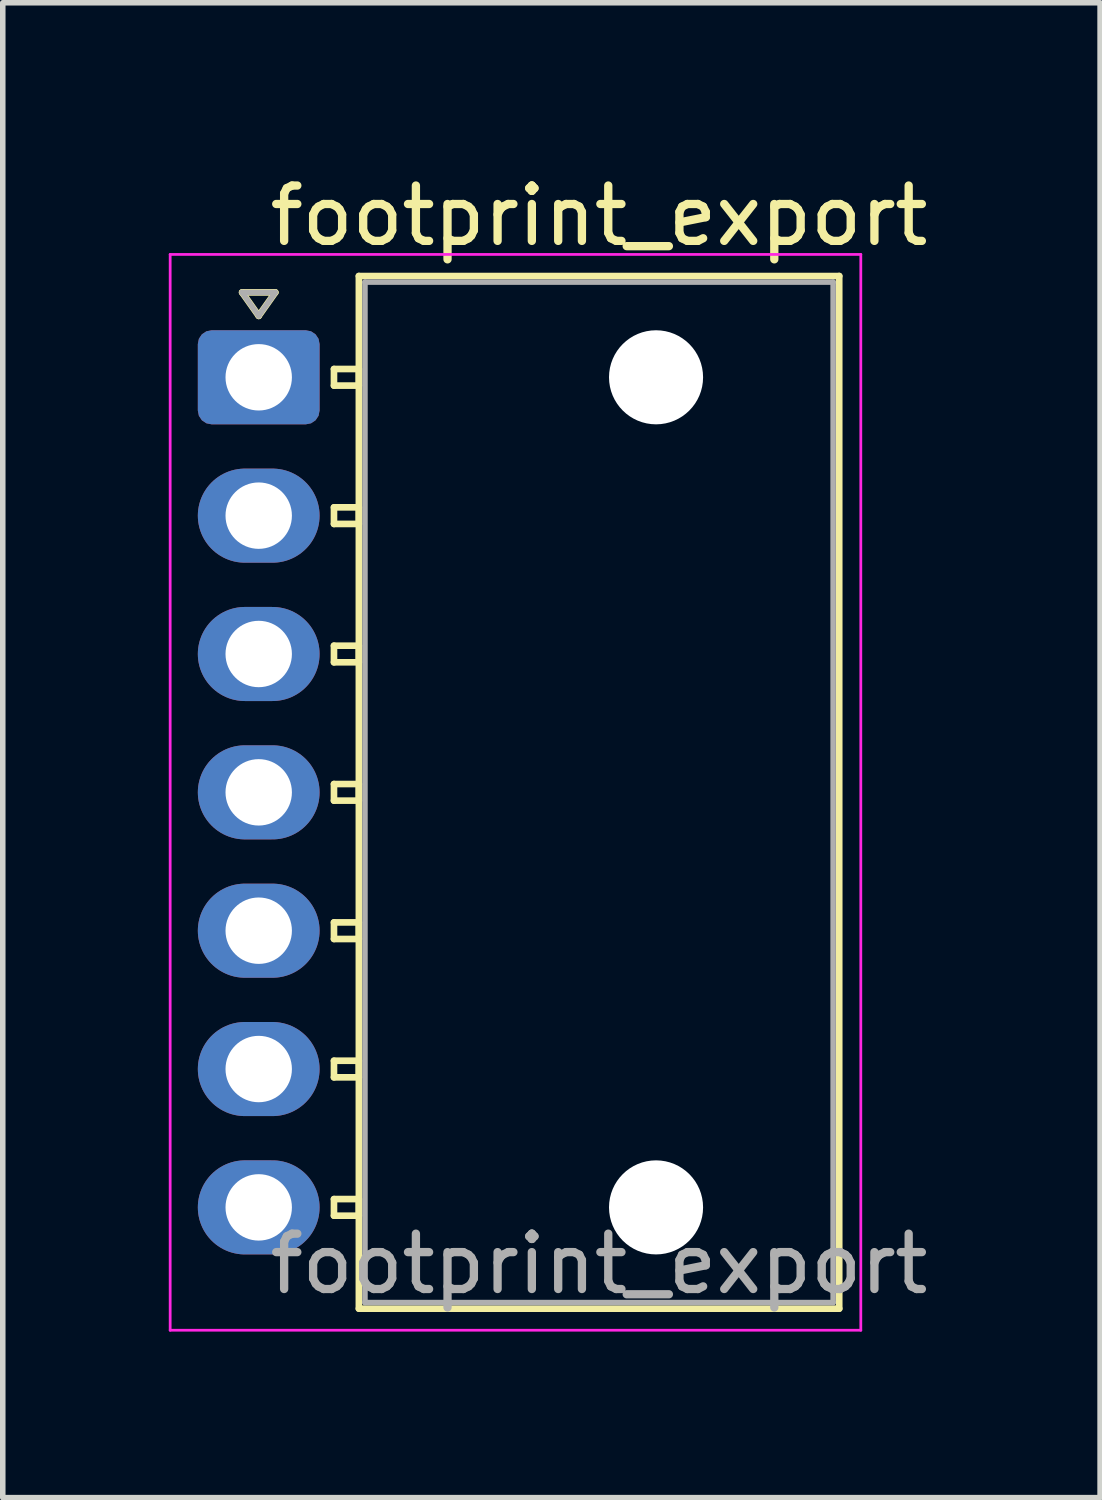
<source format=kicad_pcb>
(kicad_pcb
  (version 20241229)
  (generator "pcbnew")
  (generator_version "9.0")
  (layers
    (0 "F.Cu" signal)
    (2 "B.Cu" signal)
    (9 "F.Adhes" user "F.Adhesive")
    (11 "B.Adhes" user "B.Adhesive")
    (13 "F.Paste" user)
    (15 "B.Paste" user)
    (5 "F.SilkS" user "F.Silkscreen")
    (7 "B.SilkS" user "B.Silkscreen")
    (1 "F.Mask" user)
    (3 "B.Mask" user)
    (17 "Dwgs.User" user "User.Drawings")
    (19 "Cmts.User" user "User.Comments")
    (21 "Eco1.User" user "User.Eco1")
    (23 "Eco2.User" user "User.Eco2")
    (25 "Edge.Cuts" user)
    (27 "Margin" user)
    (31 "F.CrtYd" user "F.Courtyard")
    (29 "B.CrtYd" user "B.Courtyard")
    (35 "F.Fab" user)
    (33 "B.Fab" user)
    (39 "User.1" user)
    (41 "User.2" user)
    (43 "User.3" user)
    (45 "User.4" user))
  (footprint "footprint_export"
    (layer "F.Cu")
    (at 1.625 3.768)
    (property "Reference" "footprint_export" (at 6.15 -2.92 0) (layer "F.SilkS") (effects (font (size 1 1) (thickness 0.15))))
    (attr through_hole)
    (fp_line (start -0.3 -1.534) (end 0 -1.11) (stroke (width 0.12) (type solid)) (layer "F.SilkS"))
    (fp_line (start 0 -1.11) (end 0.3 -1.534) (stroke (width 0.12) (type solid)) (layer "F.SilkS"))
    (fp_line (start 0.3 -1.534) (end -0.3 -1.534) (stroke (width 0.12) (type solid)) (layer "F.SilkS"))
    (fp_line (start 1.36 -0.15) (end 1.36 0.15) (stroke (width 0.12) (type solid)) (layer "F.SilkS"))
    (fp_line (start 1.36 0.15) (end 1.81 0.15) (stroke (width 0.12) (type solid)) (layer "F.SilkS"))
    (fp_line (start 1.36 2.35) (end 1.36 2.65) (stroke (width 0.12) (type solid)) (layer "F.SilkS"))
    (fp_line (start 1.36 2.65) (end 1.81 2.65) (stroke (width 0.12) (type solid)) (layer "F.SilkS"))
    (fp_line (start 1.36 4.85) (end 1.36 5.15) (stroke (width 0.12) (type solid)) (layer "F.SilkS"))
    (fp_line (start 1.36 5.15) (end 1.81 5.15) (stroke (width 0.12) (type solid)) (layer "F.SilkS"))
    (fp_line (start 1.36 7.35) (end 1.36 7.65) (stroke (width 0.12) (type solid)) (layer "F.SilkS"))
    (fp_line (start 1.36 7.65) (end 1.81 7.65) (stroke (width 0.12) (type solid)) (layer "F.SilkS"))
    (fp_line (start 1.36 9.85) (end 1.36 10.15) (stroke (width 0.12) (type solid)) (layer "F.SilkS"))
    (fp_line (start 1.36 10.15) (end 1.81 10.15) (stroke (width 0.12) (type solid)) (layer "F.SilkS"))
    (fp_line (start 1.36 12.35) (end 1.36 12.65) (stroke (width 0.12) (type solid)) (layer "F.SilkS"))
    (fp_line (start 1.36 12.65) (end 1.81 12.65) (stroke (width 0.12) (type solid)) (layer "F.SilkS"))
    (fp_line (start 1.36 14.85) (end 1.36 15.15) (stroke (width 0.12) (type solid)) (layer "F.SilkS"))
    (fp_line (start 1.36 15.15) (end 1.81 15.15) (stroke (width 0.12) (type solid)) (layer "F.SilkS"))
    (fp_line (start 1.81 -1.83) (end 1.81 16.83) (stroke (width 0.12) (type solid)) (layer "F.SilkS"))
    (fp_line (start 1.81 -0.15) (end 1.36 -0.15) (stroke (width 0.12) (type solid)) (layer "F.SilkS"))
    (fp_line (start 1.81 0.15) (end 1.81 -0.15) (stroke (width 0.12) (type solid)) (layer "F.SilkS"))
    (fp_line (start 1.81 2.35) (end 1.36 2.35) (stroke (width 0.12) (type solid)) (layer "F.SilkS"))
    (fp_line (start 1.81 2.65) (end 1.81 2.35) (stroke (width 0.12) (type solid)) (layer "F.SilkS"))
    (fp_line (start 1.81 4.85) (end 1.36 4.85) (stroke (width 0.12) (type solid)) (layer "F.SilkS"))
    (fp_line (start 1.81 5.15) (end 1.81 4.85) (stroke (width 0.12) (type solid)) (layer "F.SilkS"))
    (fp_line (start 1.81 7.35) (end 1.36 7.35) (stroke (width 0.12) (type solid)) (layer "F.SilkS"))
    (fp_line (start 1.81 7.65) (end 1.81 7.35) (stroke (width 0.12) (type solid)) (layer "F.SilkS"))
    (fp_line (start 1.81 9.85) (end 1.36 9.85) (stroke (width 0.12) (type solid)) (layer "F.SilkS"))
    (fp_line (start 1.81 10.15) (end 1.81 9.85) (stroke (width 0.12) (type solid)) (layer "F.SilkS"))
    (fp_line (start 1.81 12.35) (end 1.36 12.35) (stroke (width 0.12) (type solid)) (layer "F.SilkS"))
    (fp_line (start 1.81 12.65) (end 1.81 12.35) (stroke (width 0.12) (type solid)) (layer "F.SilkS"))
    (fp_line (start 1.81 14.85) (end 1.36 14.85) (stroke (width 0.12) (type solid)) (layer "F.SilkS"))
    (fp_line (start 1.81 15.15) (end 1.81 14.85) (stroke (width 0.12) (type solid)) (layer "F.SilkS"))
    (fp_line (start 1.81 16.83) (end 10.49 16.83) (stroke (width 0.12) (type solid)) (layer "F.SilkS"))
    (fp_line (start 10.49 -1.83) (end 1.81 -1.83) (stroke (width 0.12) (type solid)) (layer "F.SilkS"))
    (fp_line (start 10.49 16.83) (end 10.49 -1.83) (stroke (width 0.12) (type solid)) (layer "F.SilkS"))
    (fp_line (start -1.6 -2.22) (end -1.6 17.22) (stroke (width 0.05) (type solid)) (layer "F.CrtYd"))
    (fp_line (start -1.6 17.22) (end 10.88 17.22) (stroke (width 0.05) (type solid)) (layer "F.CrtYd"))
    (fp_line (start 10.88 -2.22) (end -1.6 -2.22) (stroke (width 0.05) (type solid)) (layer "F.CrtYd"))
    (fp_line (start 10.88 17.22) (end 10.88 -2.22) (stroke (width 0.05) (type solid)) (layer "F.CrtYd"))
    (fp_line (start -0.3 -1.534) (end 0 -1.11) (stroke (width 0.1) (type solid)) (layer "F.Fab"))
    (fp_line (start 0 -1.11) (end 0.3 -1.534) (stroke (width 0.1) (type solid)) (layer "F.Fab"))
    (fp_line (start 0.3 -1.534) (end -0.3 -1.534) (stroke (width 0.1) (type solid)) (layer "F.Fab"))
    (fp_line (start 1.92 -1.72) (end 1.92 16.72) (stroke (width 0.1) (type solid)) (layer "F.Fab"))
    (fp_line (start 1.92 16.72) (end 10.38 16.72) (stroke (width 0.1) (type solid)) (layer "F.Fab"))
    (fp_line (start 10.38 -1.72) (end 1.92 -1.72) (stroke (width 0.1) (type solid)) (layer "F.Fab"))
    (fp_line (start 10.38 16.72) (end 10.38 -1.72) (stroke (width 0.1) (type solid)) (layer "F.Fab"))
    (fp_text user "${REFERENCE}" (at 6.15 16.02 0) (layer "F.Fab") (effects (font (size 1 1) (thickness 0.15))))
    (pad "" np_thru_hole circle (at 7.18 0) (size 1.7 1.7) (drill 1.7) (layers "*.Cu" "*.Mask"))
    (pad "" np_thru_hole circle (at 7.18 15) (size 1.7 1.7) (drill 1.7) (layers "*.Cu" "*.Mask"))
    (pad "1" thru_hole roundrect (at 0 0) (size 2.2 1.7) (drill 1.2) (layers "*.Cu" "*.Mask") (roundrect_rratio 0.147))
    (pad "2" thru_hole oval (at 0 2.5) (size 2.2 1.7) (drill 1.2) (layers "*.Cu" "*.Mask"))
    (pad "3" thru_hole oval (at 0 5) (size 2.2 1.7) (drill 1.2) (layers "*.Cu" "*.Mask"))
    (pad "4" thru_hole oval (at 0 7.5) (size 2.2 1.7) (drill 1.2) (layers "*.Cu" "*.Mask"))
    (pad "5" thru_hole oval (at 0 10) (size 2.2 1.7) (drill 1.2) (layers "*.Cu" "*.Mask"))
    (pad "6" thru_hole oval (at 0 12.5) (size 2.2 1.7) (drill 1.2) (layers "*.Cu" "*.Mask"))
    (pad "7" thru_hole oval (at 0 15) (size 2.2 1.7) (drill 1.2) (layers "*.Cu" "*.Mask")))
  (gr_rect
    (start -3 -3)
    (end 16.829 24.013)
    (stroke (width 0.1) (type default))
    (fill no)
    (layer "Edge.Cuts")))
</source>
